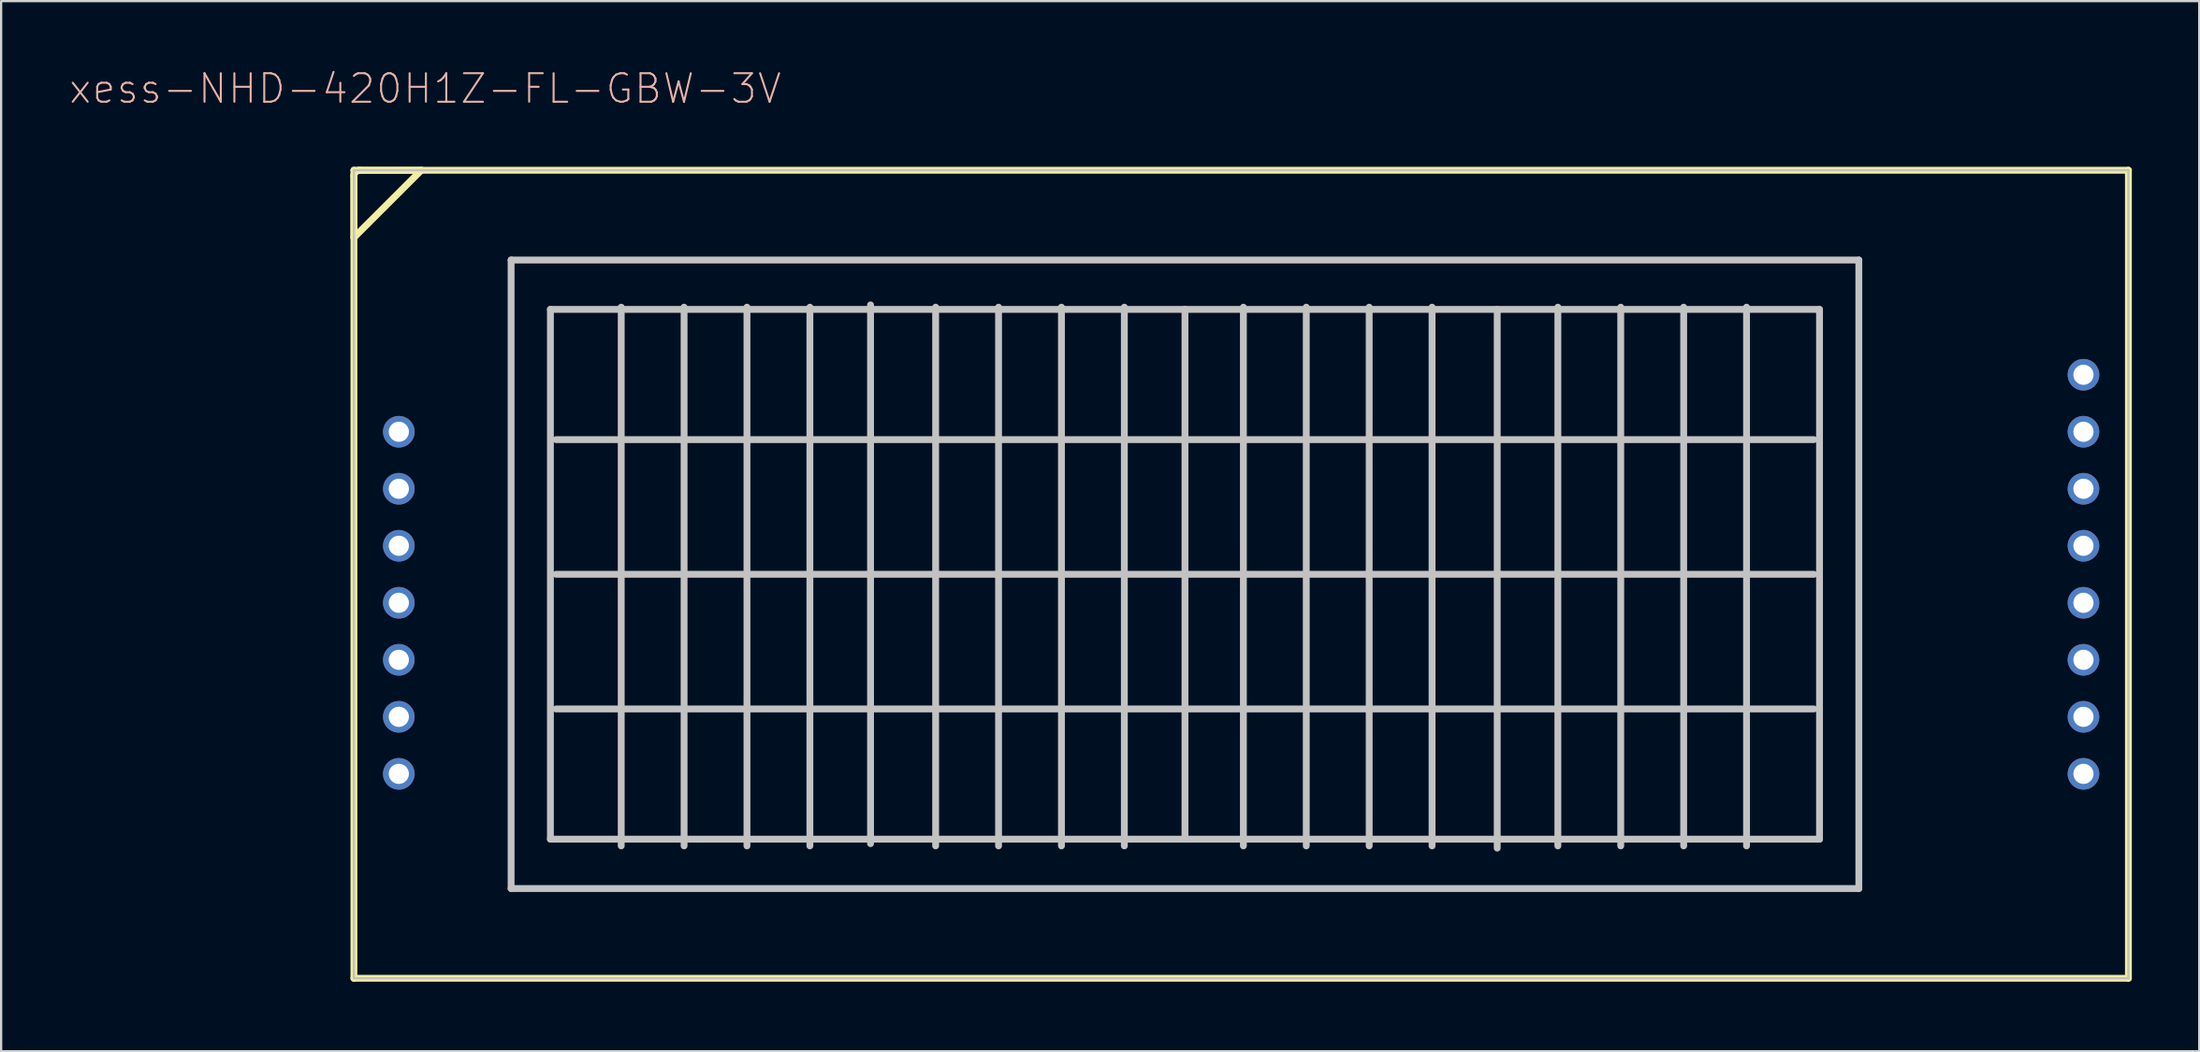
<source format=kicad_pcb>
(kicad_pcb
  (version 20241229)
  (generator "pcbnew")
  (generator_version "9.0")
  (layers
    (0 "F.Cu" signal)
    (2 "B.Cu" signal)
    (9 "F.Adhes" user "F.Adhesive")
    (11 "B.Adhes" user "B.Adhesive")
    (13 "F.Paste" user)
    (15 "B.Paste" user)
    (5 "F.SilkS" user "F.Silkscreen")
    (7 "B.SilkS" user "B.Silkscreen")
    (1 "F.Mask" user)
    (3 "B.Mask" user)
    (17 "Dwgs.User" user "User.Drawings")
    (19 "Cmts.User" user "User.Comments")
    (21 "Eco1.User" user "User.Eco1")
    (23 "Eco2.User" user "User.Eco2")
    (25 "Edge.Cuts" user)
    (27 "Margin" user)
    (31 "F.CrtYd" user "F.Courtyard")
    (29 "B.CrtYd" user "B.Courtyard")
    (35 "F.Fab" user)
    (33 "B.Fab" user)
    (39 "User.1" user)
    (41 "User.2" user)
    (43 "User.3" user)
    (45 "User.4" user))
  (footprint "xess-NHD-420H1Z-FL-GBW-3V"
    (layer "F.Cu")
    (at 12.706 40.533)
    (property "Reference" "xess-NHD-420H1Z-FL-GBW-3V" (at 3.175 -39.634 0) (layer "B.SilkS") (effects (font (size 1.27 1.27) (thickness 0.089))))
    (attr exclude_from_pos_files exclude_from_bom)
    (fp_line (start 0 -35.999) (end 0 0) (stroke (width 0.305) (type solid)) (layer "F.SilkS"))
    (fp_line (start 0 -35.745) (end 0 -33) (stroke (width 0.305) (type solid)) (layer "F.SilkS"))
    (fp_line (start 0 -33) (end 3 -35.999) (stroke (width 0.305) (type solid)) (layer "F.SilkS"))
    (fp_line (start 0 0) (end 78.999 0) (stroke (width 0.305) (type solid)) (layer "F.SilkS"))
    (fp_line (start 0.008 -35.811) (end 0 -35.745) (stroke (width 0.305) (type solid)) (layer "F.SilkS"))
    (fp_line (start 0.033 -35.872) (end 0.008 -35.811) (stroke (width 0.305) (type solid)) (layer "F.SilkS"))
    (fp_line (start 0.074 -35.923) (end 0.033 -35.872) (stroke (width 0.305) (type solid)) (layer "F.SilkS"))
    (fp_line (start 0.127 -35.964) (end 0.074 -35.923) (stroke (width 0.305) (type solid)) (layer "F.SilkS"))
    (fp_line (start 0.188 -35.989) (end 0.127 -35.964) (stroke (width 0.305) (type solid)) (layer "F.SilkS"))
    (fp_line (start 0.254 -35.999) (end 0.188 -35.989) (stroke (width 0.305) (type solid)) (layer "F.SilkS"))
    (fp_line (start 3 -35.999) (end 0.254 -35.999) (stroke (width 0.305) (type solid)) (layer "F.SilkS"))
    (fp_line (start 78.999 -35.999) (end 0 -35.999) (stroke (width 0.305) (type solid)) (layer "F.SilkS"))
    (fp_line (start 78.999 0) (end 78.999 -35.999) (stroke (width 0.305) (type solid)) (layer "F.SilkS"))
    (fp_line (start 0 -35.999) (end 0 0) (stroke (width 0.1) (type solid)) (layer "Dwgs.User"))
    (fp_line (start 0 0) (end 78.999 0) (stroke (width 0.1) (type solid)) (layer "Dwgs.User"))
    (fp_line (start 6.998 -31.999) (end 6.998 -3.998) (stroke (width 0.305) (type solid)) (layer "Dwgs.User"))
    (fp_line (start 6.998 -3.998) (end 66.998 -3.998) (stroke (width 0.305) (type solid)) (layer "Dwgs.User"))
    (fp_line (start 8.748 -29.799) (end 8.748 -6.198) (stroke (width 0.305) (type solid)) (layer "Dwgs.User"))
    (fp_line (start 8.748 -6.198) (end 36.998 -6.198) (stroke (width 0.305) (type solid)) (layer "Dwgs.User"))
    (fp_line (start 8.999 -23.998) (end 64.999 -23.998) (stroke (width 0.305) (type solid)) (layer "Dwgs.User"))
    (fp_line (start 8.999 -17.998) (end 64.999 -17.998) (stroke (width 0.305) (type solid)) (layer "Dwgs.User"))
    (fp_line (start 8.999 -11.999) (end 64.999 -11.999) (stroke (width 0.305) (type solid)) (layer "Dwgs.User"))
    (fp_line (start 11.9 -29.898) (end 11.9 -5.898) (stroke (width 0.305) (type solid)) (layer "Dwgs.User"))
    (fp_line (start 14.699 -29.898) (end 14.699 -5.898) (stroke (width 0.305) (type solid)) (layer "Dwgs.User"))
    (fp_line (start 17.498 -29.898) (end 17.498 -5.898) (stroke (width 0.305) (type solid)) (layer "Dwgs.User"))
    (fp_line (start 20.3 -29.898) (end 20.3 -5.898) (stroke (width 0.305) (type solid)) (layer "Dwgs.User"))
    (fp_line (start 23 -30) (end 23 -5.999) (stroke (width 0.305) (type solid)) (layer "Dwgs.User"))
    (fp_line (start 25.898 -29.898) (end 25.898 -5.898) (stroke (width 0.305) (type solid)) (layer "Dwgs.User"))
    (fp_line (start 28.699 -29.898) (end 28.699 -5.898) (stroke (width 0.305) (type solid)) (layer "Dwgs.User"))
    (fp_line (start 31.499 -29.898) (end 31.499 -5.898) (stroke (width 0.305) (type solid)) (layer "Dwgs.User"))
    (fp_line (start 34.298 -29.898) (end 34.298 -5.898) (stroke (width 0.305) (type solid)) (layer "Dwgs.User"))
    (fp_line (start 36.998 -29.799) (end 8.748 -29.799) (stroke (width 0.305) (type solid)) (layer "Dwgs.User"))
    (fp_line (start 36.998 -29.799) (end 36.998 -6.198) (stroke (width 0.305) (type solid)) (layer "Dwgs.User"))
    (fp_line (start 36.998 -6.198) (end 65.248 -6.198) (stroke (width 0.305) (type solid)) (layer "Dwgs.User"))
    (fp_line (start 39.599 -5.898) (end 39.599 -29.898) (stroke (width 0.305) (type solid)) (layer "Dwgs.User"))
    (fp_line (start 42.398 -5.898) (end 42.398 -29.898) (stroke (width 0.305) (type solid)) (layer "Dwgs.User"))
    (fp_line (start 45.199 -5.898) (end 45.199 -29.898) (stroke (width 0.305) (type solid)) (layer "Dwgs.User"))
    (fp_line (start 47.998 -5.898) (end 47.998 -29.898) (stroke (width 0.305) (type solid)) (layer "Dwgs.User"))
    (fp_line (start 50.899 -5.799) (end 50.899 -29.799) (stroke (width 0.305) (type solid)) (layer "Dwgs.User"))
    (fp_line (start 53.599 -5.898) (end 53.599 -29.898) (stroke (width 0.305) (type solid)) (layer "Dwgs.User"))
    (fp_line (start 56.398 -5.898) (end 56.398 -29.898) (stroke (width 0.305) (type solid)) (layer "Dwgs.User"))
    (fp_line (start 59.2 -5.898) (end 59.2 -29.898) (stroke (width 0.305) (type solid)) (layer "Dwgs.User"))
    (fp_line (start 61.999 -5.898) (end 61.999 -29.898) (stroke (width 0.305) (type solid)) (layer "Dwgs.User"))
    (fp_line (start 65.248 -29.799) (end 36.998 -29.799) (stroke (width 0.305) (type solid)) (layer "Dwgs.User"))
    (fp_line (start 65.248 -6.198) (end 65.248 -29.799) (stroke (width 0.305) (type solid)) (layer "Dwgs.User"))
    (fp_line (start 66.998 -31.999) (end 6.998 -31.999) (stroke (width 0.305) (type solid)) (layer "Dwgs.User"))
    (fp_line (start 66.998 -3.998) (end 66.998 -31.999) (stroke (width 0.305) (type solid)) (layer "Dwgs.User"))
    (fp_line (start 78.999 -35.999) (end 0 -35.999) (stroke (width 0.1) (type solid)) (layer "Dwgs.User"))
    (fp_line (start 78.999 0) (end 78.999 -35.999) (stroke (width 0.1) (type solid)) (layer "Dwgs.User"))
    (pad "1" thru_hole rect (at 1.999 -26.888) (size 0.001 0.001) (drill 0.899) (layers "*.Cu" "*.Mask"))
    (pad "2" thru_hole circle (at 1.999 -24.348) (size 1.407 1.407) (drill 0.899) (layers "*.Cu" "*.Mask"))
    (pad "3" thru_hole circle (at 1.999 -21.808) (size 1.407 1.407) (drill 0.899) (layers "*.Cu" "*.Mask"))
    (pad "4" thru_hole circle (at 1.999 -19.268) (size 1.407 1.407) (drill 0.899) (layers "*.Cu" "*.Mask"))
    (pad "5" thru_hole circle (at 1.999 -16.728) (size 1.407 1.407) (drill 0.899) (layers "*.Cu" "*.Mask"))
    (pad "6" thru_hole circle (at 1.999 -14.188) (size 1.407 1.407) (drill 0.899) (layers "*.Cu" "*.Mask"))
    (pad "7" thru_hole circle (at 1.999 -11.648) (size 1.407 1.407) (drill 0.899) (layers "*.Cu" "*.Mask"))
    (pad "8" thru_hole circle (at 1.999 -9.108) (size 1.407 1.407) (drill 0.899) (layers "*.Cu" "*.Mask"))
    (pad "9" thru_hole circle (at 76.998 -26.888) (size 1.407 1.407) (drill 0.899) (layers "*.Cu" "*.Mask"))
    (pad "10" thru_hole circle (at 76.998 -24.348) (size 1.407 1.407) (drill 0.899) (layers "*.Cu" "*.Mask"))
    (pad "11" thru_hole circle (at 76.998 -21.808) (size 1.407 1.407) (drill 0.899) (layers "*.Cu" "*.Mask"))
    (pad "12" thru_hole circle (at 76.998 -19.268) (size 1.407 1.407) (drill 0.899) (layers "*.Cu" "*.Mask"))
    (pad "13" thru_hole circle (at 76.998 -16.728) (size 1.407 1.407) (drill 0.899) (layers "*.Cu" "*.Mask"))
    (pad "14" thru_hole circle (at 76.998 -14.188) (size 1.407 1.407) (drill 0.899) (layers "*.Cu" "*.Mask"))
    (pad "15" thru_hole circle (at 76.998 -11.648) (size 1.407 1.407) (drill 0.899) (layers "*.Cu" "*.Mask"))
    (pad "16" thru_hole circle (at 76.998 -9.108) (size 1.407 1.407) (drill 0.899) (layers "*.Cu" "*.Mask")))
  (gr_rect
    (start -3 -3)
    (end 94.858 43.783)
    (stroke (width 0.1) (type default))
    (fill no)
    (layer "Edge.Cuts")))
</source>
